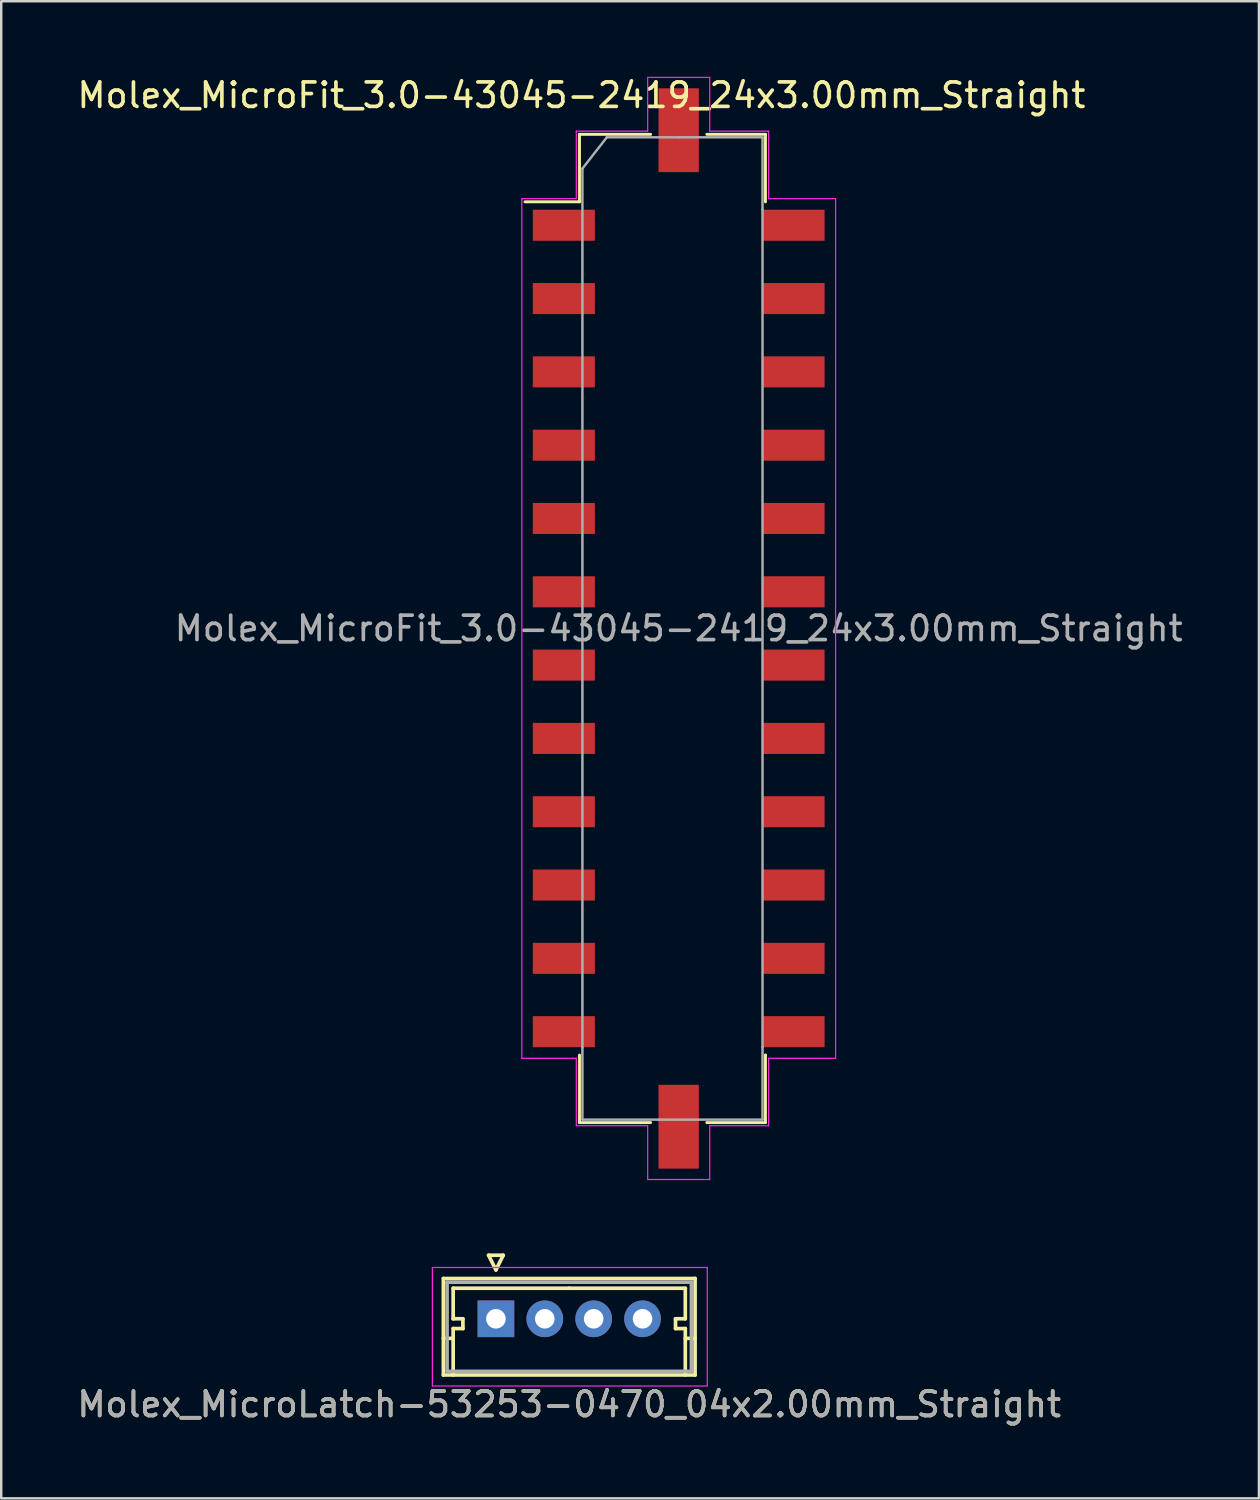
<source format=kicad_pcb>
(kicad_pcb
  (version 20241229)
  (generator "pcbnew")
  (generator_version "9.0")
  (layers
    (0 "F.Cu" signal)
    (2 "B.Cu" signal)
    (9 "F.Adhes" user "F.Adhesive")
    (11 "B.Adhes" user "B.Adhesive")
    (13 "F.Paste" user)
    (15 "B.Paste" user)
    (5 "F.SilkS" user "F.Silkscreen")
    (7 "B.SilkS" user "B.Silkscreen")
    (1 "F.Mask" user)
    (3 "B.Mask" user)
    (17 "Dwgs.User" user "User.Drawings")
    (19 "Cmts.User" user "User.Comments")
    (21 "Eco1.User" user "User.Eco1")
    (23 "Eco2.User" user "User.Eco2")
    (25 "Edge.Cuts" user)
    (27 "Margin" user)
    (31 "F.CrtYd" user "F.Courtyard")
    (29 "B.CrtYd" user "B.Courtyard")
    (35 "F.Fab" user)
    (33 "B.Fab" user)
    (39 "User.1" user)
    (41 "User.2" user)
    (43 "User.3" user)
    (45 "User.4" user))
  (footprint "Molex_MicroFit_3.0-43045-2419_24x3.00mm_Straight"
    (layer "F.Cu")
    (at 24.724 22.668)
    (property "Reference" "Molex_MicroFit_3.0-43045-2419_24x3.00mm_Straight" (at -3.98 -21.82 0) (layer "F.SilkS") (effects (font (size 1 1) (thickness 0.15))))
    (attr smd)
    (fp_line (start -6.29 -17.46) (end -4.06 -17.46) (stroke (width 0.12) (type solid)) (layer "F.SilkS"))
    (fp_line (start -4.06 -20.22) (end -4.06 -20.22) (stroke (width 0.12) (type solid)) (layer "F.SilkS"))
    (fp_line (start -4.06 -20.22) (end -1.15 -20.22) (stroke (width 0.12) (type solid)) (layer "F.SilkS"))
    (fp_line (start -4.06 -17.46) (end -4.06 -20.22) (stroke (width 0.12) (type solid)) (layer "F.SilkS"))
    (fp_line (start -4.06 20.22) (end -4.06 17.46) (stroke (width 0.12) (type solid)) (layer "F.SilkS"))
    (fp_line (start -1.15 20.22) (end -4.06 20.22) (stroke (width 0.12) (type solid)) (layer "F.SilkS"))
    (fp_line (start 1.15 -20.22) (end 3.55 -20.22) (stroke (width 0.12) (type solid)) (layer "F.SilkS"))
    (fp_line (start 3.55 -20.22) (end 3.55 -17.46) (stroke (width 0.12) (type solid)) (layer "F.SilkS"))
    (fp_line (start 3.55 17.46) (end 3.55 17.46) (stroke (width 0.12) (type solid)) (layer "F.SilkS"))
    (fp_line (start 3.55 17.46) (end 3.55 20.22) (stroke (width 0.12) (type solid)) (layer "F.SilkS"))
    (fp_line (start 3.55 20.22) (end 1.15 20.22) (stroke (width 0.12) (type solid)) (layer "F.SilkS"))
    (fp_line (start -6.42 -17.59) (end -4.19 -17.59) (stroke (width 0.05) (type solid)) (layer "F.CrtYd"))
    (fp_line (start -6.42 17.59) (end -6.42 -17.59) (stroke (width 0.05) (type solid)) (layer "F.CrtYd"))
    (fp_line (start -4.19 -20.35) (end -4.19 -20.35) (stroke (width 0.05) (type solid)) (layer "F.CrtYd"))
    (fp_line (start -4.19 -20.35) (end -1.27 -20.35) (stroke (width 0.05) (type solid)) (layer "F.CrtYd"))
    (fp_line (start -4.19 -17.59) (end -4.19 -20.35) (stroke (width 0.05) (type solid)) (layer "F.CrtYd"))
    (fp_line (start -4.19 17.59) (end -6.42 17.59) (stroke (width 0.05) (type solid)) (layer "F.CrtYd"))
    (fp_line (start -4.19 20.35) (end -4.19 17.59) (stroke (width 0.05) (type solid)) (layer "F.CrtYd"))
    (fp_line (start -1.27 -22.55) (end 0 -22.55) (stroke (width 0.05) (type solid)) (layer "F.CrtYd"))
    (fp_line (start -1.27 -20.35) (end -1.27 -22.55) (stroke (width 0.05) (type solid)) (layer "F.CrtYd"))
    (fp_line (start -1.27 20.35) (end -4.19 20.35) (stroke (width 0.05) (type solid)) (layer "F.CrtYd"))
    (fp_line (start -1.27 22.55) (end -1.27 20.35) (stroke (width 0.05) (type solid)) (layer "F.CrtYd"))
    (fp_line (start 0 -22.55) (end 1.27 -22.55) (stroke (width 0.05) (type solid)) (layer "F.CrtYd"))
    (fp_line (start 0 22.55) (end -1.27 22.55) (stroke (width 0.05) (type solid)) (layer "F.CrtYd"))
    (fp_line (start 1.27 -22.55) (end 1.27 -20.35) (stroke (width 0.05) (type solid)) (layer "F.CrtYd"))
    (fp_line (start 1.27 -20.35) (end 3.68 -20.35) (stroke (width 0.05) (type solid)) (layer "F.CrtYd"))
    (fp_line (start 1.27 20.35) (end 1.27 22.55) (stroke (width 0.05) (type solid)) (layer "F.CrtYd"))
    (fp_line (start 1.27 22.55) (end 0 22.55) (stroke (width 0.05) (type solid)) (layer "F.CrtYd"))
    (fp_line (start 3.68 -20.35) (end 3.68 -17.59) (stroke (width 0.05) (type solid)) (layer "F.CrtYd"))
    (fp_line (start 3.68 -17.59) (end 6.42 -17.59) (stroke (width 0.05) (type solid)) (layer "F.CrtYd"))
    (fp_line (start 3.68 17.59) (end 3.68 17.59) (stroke (width 0.05) (type solid)) (layer "F.CrtYd"))
    (fp_line (start 3.68 17.59) (end 3.68 20.35) (stroke (width 0.05) (type solid)) (layer "F.CrtYd"))
    (fp_line (start 3.68 20.35) (end 1.27 20.35) (stroke (width 0.05) (type solid)) (layer "F.CrtYd"))
    (fp_line (start 6.42 -17.59) (end 6.42 17.59) (stroke (width 0.05) (type solid)) (layer "F.CrtYd"))
    (fp_line (start 6.42 17.59) (end 3.68 17.59) (stroke (width 0.05) (type solid)) (layer "F.CrtYd"))
    (fp_line (start -3.94 -18.82) (end -2.94 -20.1) (stroke (width 0.1) (type solid)) (layer "F.Fab"))
    (fp_line (start -3.94 17.14) (end -3.94 -18.82) (stroke (width 0.1) (type solid)) (layer "F.Fab"))
    (fp_line (start -3.94 20.1) (end -3.94 17.14) (stroke (width 0.1) (type solid)) (layer "F.Fab"))
    (fp_line (start -2.94 -20.1) (end 0 -20.1) (stroke (width 0.1) (type solid)) (layer "F.Fab"))
    (fp_line (start -0.82 20.1) (end -3.94 20.1) (stroke (width 0.1) (type solid)) (layer "F.Fab"))
    (fp_line (start 0 -20.1) (end 3.43 -20.1) (stroke (width 0.1) (type solid)) (layer "F.Fab"))
    (fp_line (start 3.43 -20.1) (end 3.43 -17.14) (stroke (width 0.1) (type solid)) (layer "F.Fab"))
    (fp_line (start 3.43 -17.14) (end 3.43 17.14) (stroke (width 0.1) (type solid)) (layer "F.Fab"))
    (fp_line (start 3.43 17.14) (end 3.43 20.1) (stroke (width 0.1) (type solid)) (layer "F.Fab"))
    (fp_line (start 3.43 20.1) (end -0.82 20.1) (stroke (width 0.1) (type solid)) (layer "F.Fab"))
    (fp_text user "${REFERENCE}" (at 0 0 0) (layer "F.Fab") (effects (font (size 1 1) (thickness 0.15))))
    (pad "" smd rect (at 0 -20.39) (size 1.65 3.43) (layers "F.Cu" "F.Mask" "F.Paste"))
    (pad "" smd rect (at 0 20.39) (size 1.65 3.43) (layers "F.Cu" "F.Mask" "F.Paste"))
    (pad "1" smd rect (at -4.7 -16.5) (size 2.54 1.27) (layers "F.Cu" "F.Mask" "F.Paste"))
    (pad "2" smd rect (at -4.7 -13.5) (size 2.54 1.27) (layers "F.Cu" "F.Mask" "F.Paste"))
    (pad "3" smd rect (at -4.7 -10.5) (size 2.54 1.27) (layers "F.Cu" "F.Mask" "F.Paste"))
    (pad "4" smd rect (at -4.7 -7.5) (size 2.54 1.27) (layers "F.Cu" "F.Mask" "F.Paste"))
    (pad "5" smd rect (at -4.7 -4.5) (size 2.54 1.27) (layers "F.Cu" "F.Mask" "F.Paste"))
    (pad "6" smd rect (at -4.7 -1.5) (size 2.54 1.27) (layers "F.Cu" "F.Mask" "F.Paste"))
    (pad "7" smd rect (at -4.7 1.5) (size 2.54 1.27) (layers "F.Cu" "F.Mask" "F.Paste"))
    (pad "8" smd rect (at -4.7 4.5) (size 2.54 1.27) (layers "F.Cu" "F.Mask" "F.Paste"))
    (pad "9" smd rect (at -4.7 7.5) (size 2.54 1.27) (layers "F.Cu" "F.Mask" "F.Paste"))
    (pad "10" smd rect (at -4.7 10.5) (size 2.54 1.27) (layers "F.Cu" "F.Mask" "F.Paste"))
    (pad "11" smd rect (at -4.7 13.5) (size 2.54 1.27) (layers "F.Cu" "F.Mask" "F.Paste"))
    (pad "12" smd rect (at -4.7 16.5) (size 2.54 1.27) (layers "F.Cu" "F.Mask" "F.Paste"))
    (pad "13" smd rect (at 4.7 16.5) (size 2.54 1.27) (layers "F.Cu" "F.Mask" "F.Paste"))
    (pad "14" smd rect (at 4.7 13.5) (size 2.54 1.27) (layers "F.Cu" "F.Mask" "F.Paste"))
    (pad "15" smd rect (at 4.7 10.5) (size 2.54 1.27) (layers "F.Cu" "F.Mask" "F.Paste"))
    (pad "16" smd rect (at 4.7 7.5) (size 2.54 1.27) (layers "F.Cu" "F.Mask" "F.Paste"))
    (pad "17" smd rect (at 4.7 4.5) (size 2.54 1.27) (layers "F.Cu" "F.Mask" "F.Paste"))
    (pad "18" smd rect (at 4.7 1.5) (size 2.54 1.27) (layers "F.Cu" "F.Mask" "F.Paste"))
    (pad "19" smd rect (at 4.7 -1.5) (size 2.54 1.27) (layers "F.Cu" "F.Mask" "F.Paste"))
    (pad "20" smd rect (at 4.7 -4.5) (size 2.54 1.27) (layers "F.Cu" "F.Mask" "F.Paste"))
    (pad "21" smd rect (at 4.7 -7.5) (size 2.54 1.27) (layers "F.Cu" "F.Mask" "F.Paste"))
    (pad "22" smd rect (at 4.7 -10.5) (size 2.54 1.27) (layers "F.Cu" "F.Mask" "F.Paste"))
    (pad "23" smd rect (at 4.7 -13.5) (size 2.54 1.27) (layers "F.Cu" "F.Mask" "F.Paste"))
    (pad "24" smd rect (at 4.7 -16.5) (size 2.54 1.27) (layers "F.Cu" "F.Mask" "F.Paste")))
  (footprint "Molex_MicroLatch-53253-0470_04x2.00mm_Straight"
    (layer "F.Cu")
    (at 17.244 50.918)
    (property "Reference" "Molex_MicroLatch-53253-0470_04x2.00mm_Straight" (at 3 3.5 0) (layer "F.SilkS") (effects (font (size 1 1) (thickness 0.15))))
    (attr through_hole)
    (fp_line (start -2.15 -1.65) (end -2.15 2.3) (stroke (width 0.15) (type solid)) (layer "F.SilkS"))
    (fp_line (start -2.15 0.8) (end -1.75 0.8) (stroke (width 0.15) (type solid)) (layer "F.SilkS"))
    (fp_line (start -2.15 2.3) (end 8.15 2.3) (stroke (width 0.15) (type solid)) (layer "F.SilkS"))
    (fp_line (start -1.75 -1.25) (end -1.75 0) (stroke (width 0.15) (type solid)) (layer "F.SilkS"))
    (fp_line (start -1.75 0) (end -1.35 0) (stroke (width 0.15) (type solid)) (layer "F.SilkS"))
    (fp_line (start -1.75 0.4) (end -1.75 2.3) (stroke (width 0.15) (type solid)) (layer "F.SilkS"))
    (fp_line (start -1.35 0) (end -1.35 0.4) (stroke (width 0.15) (type solid)) (layer "F.SilkS"))
    (fp_line (start -1.35 0.4) (end -1.75 0.4) (stroke (width 0.15) (type solid)) (layer "F.SilkS"))
    (fp_line (start -0.3 -2.6) (end 0.3 -2.6) (stroke (width 0.15) (type solid)) (layer "F.SilkS"))
    (fp_line (start 0 -2) (end -0.3 -2.6) (stroke (width 0.15) (type solid)) (layer "F.SilkS"))
    (fp_line (start 0.3 -2.6) (end 0 -2) (stroke (width 0.15) (type solid)) (layer "F.SilkS"))
    (fp_line (start 3 -1.25) (end -1.75 -1.25) (stroke (width 0.15) (type solid)) (layer "F.SilkS"))
    (fp_line (start 3 -1.25) (end 7.75 -1.25) (stroke (width 0.15) (type solid)) (layer "F.SilkS"))
    (fp_line (start 7.35 0) (end 7.35 0.4) (stroke (width 0.15) (type solid)) (layer "F.SilkS"))
    (fp_line (start 7.35 0.4) (end 7.75 0.4) (stroke (width 0.15) (type solid)) (layer "F.SilkS"))
    (fp_line (start 7.75 -1.25) (end 7.75 0) (stroke (width 0.15) (type solid)) (layer "F.SilkS"))
    (fp_line (start 7.75 0) (end 7.35 0) (stroke (width 0.15) (type solid)) (layer "F.SilkS"))
    (fp_line (start 7.75 0.4) (end 7.75 2.3) (stroke (width 0.15) (type solid)) (layer "F.SilkS"))
    (fp_line (start 8.15 -1.65) (end -2.15 -1.65) (stroke (width 0.15) (type solid)) (layer "F.SilkS"))
    (fp_line (start 8.15 0.8) (end 7.75 0.8) (stroke (width 0.15) (type solid)) (layer "F.SilkS"))
    (fp_line (start 8.15 2.3) (end 8.15 -1.65) (stroke (width 0.15) (type solid)) (layer "F.SilkS"))
    (fp_line (start -2.6 -2.1) (end -2.6 2.75) (stroke (width 0.05) (type solid)) (layer "F.CrtYd"))
    (fp_line (start -2.6 2.75) (end 8.65 2.75) (stroke (width 0.05) (type solid)) (layer "F.CrtYd"))
    (fp_line (start 8.65 -2.1) (end -2.6 -2.1) (stroke (width 0.05) (type solid)) (layer "F.CrtYd"))
    (fp_line (start 8.65 2.75) (end 8.65 -2.1) (stroke (width 0.05) (type solid)) (layer "F.CrtYd"))
    (fp_line (start -2 -1.5) (end -2 2.15) (stroke (width 0.15) (type solid)) (layer "F.Fab"))
    (fp_line (start -2 2.15) (end 8 2.15) (stroke (width 0.15) (type solid)) (layer "F.Fab"))
    (fp_line (start 8 -1.5) (end -2 -1.5) (stroke (width 0.15) (type solid)) (layer "F.Fab"))
    (fp_line (start 8 2.15) (end 8 -1.5) (stroke (width 0.15) (type solid)) (layer "F.Fab"))
    (fp_text user "${REFERENCE}" (at 3 3.5 0) (layer "F.Fab") (effects (font (size 1 1) (thickness 0.15))))
    (pad "1" thru_hole rect (at 0 0) (size 1.5 1.5) (drill 0.8) (layers "*.Cu" "*.Mask"))
    (pad "2" thru_hole circle (at 2 0) (size 1.5 1.5) (drill 0.8) (layers "*.Cu" "*.Mask"))
    (pad "3" thru_hole circle (at 4 0) (size 1.5 1.5) (drill 0.8) (layers "*.Cu" "*.Mask"))
    (pad "4" thru_hole circle (at 6 0) (size 1.5 1.5) (drill 0.8) (layers "*.Cu" "*.Mask")))
  (gr_rect
    (start -3 -3)
    (end 48.468 58.267)
    (stroke (width 0.1) (type default))
    (fill no)
    (layer "Edge.Cuts")))
</source>
